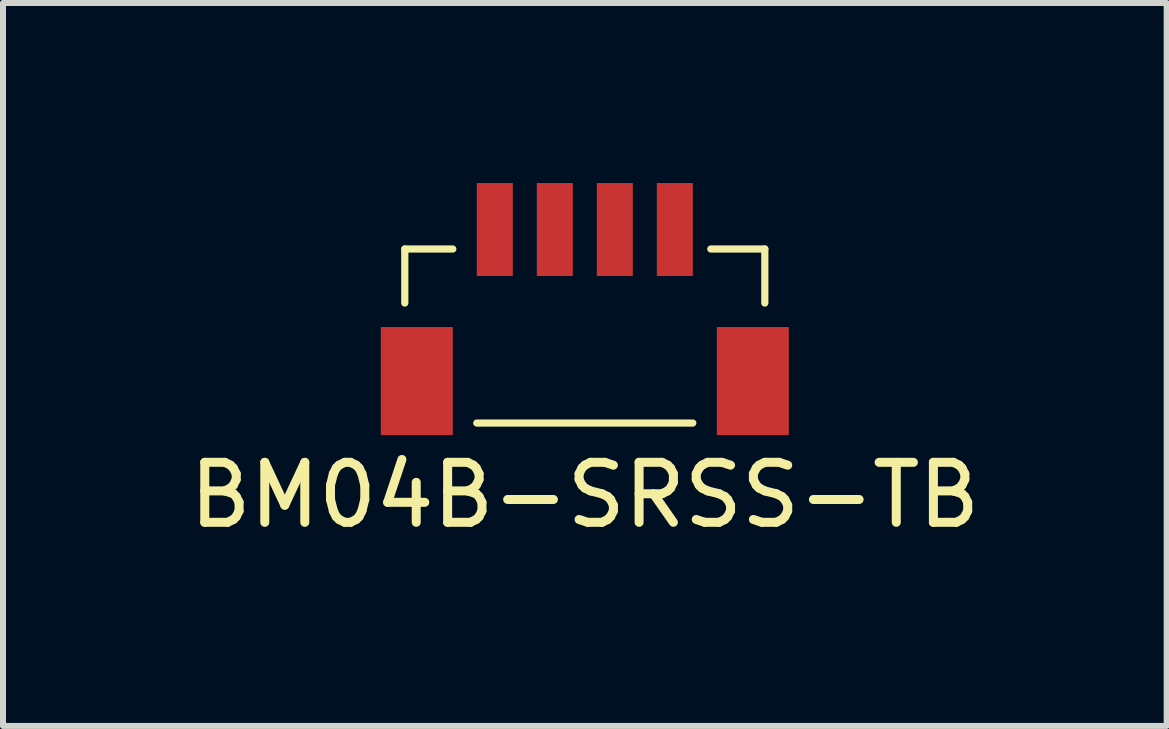
<source format=kicad_pcb>
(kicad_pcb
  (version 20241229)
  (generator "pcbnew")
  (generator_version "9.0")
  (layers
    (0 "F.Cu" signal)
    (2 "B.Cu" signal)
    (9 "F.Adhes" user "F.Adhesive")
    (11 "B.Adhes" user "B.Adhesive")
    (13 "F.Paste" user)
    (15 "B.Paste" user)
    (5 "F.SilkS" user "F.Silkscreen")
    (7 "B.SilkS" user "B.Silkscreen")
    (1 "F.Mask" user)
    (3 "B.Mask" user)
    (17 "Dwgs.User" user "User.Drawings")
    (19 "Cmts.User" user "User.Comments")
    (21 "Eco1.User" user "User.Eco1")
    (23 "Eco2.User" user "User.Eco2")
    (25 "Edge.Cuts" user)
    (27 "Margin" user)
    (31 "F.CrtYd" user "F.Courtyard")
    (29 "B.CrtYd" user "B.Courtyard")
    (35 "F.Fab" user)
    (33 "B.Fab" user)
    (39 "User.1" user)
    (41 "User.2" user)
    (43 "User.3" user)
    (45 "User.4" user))
  (footprint "BM04B-SRSS-TB"
    (layer "F.Cu")
    (at 6.696 2)
    (property "Reference" "BM04B-SRSS-TB" (at 0 3.2 0) (layer "F.SilkS") (effects (font (size 1 1) (thickness 0.15))))
    (attr smd)
    (fp_line (start -3 -0.9) (end -2.2 -0.9) (stroke (width 0.12) (type solid)) (layer "F.SilkS"))
    (fp_line (start -3 0) (end -3 -0.9) (stroke (width 0.12) (type solid)) (layer "F.SilkS"))
    (fp_line (start 1.8 2) (end -1.8 2) (stroke (width 0.12) (type solid)) (layer "F.SilkS"))
    (fp_line (start 2.1 -0.9) (end 3 -0.9) (stroke (width 0.12) (type solid)) (layer "F.SilkS"))
    (fp_line (start 3 -0.9) (end 3 0) (stroke (width 0.12) (type solid)) (layer "F.SilkS"))
    (pad "" smd rect (at -2.8 1.3) (size 1.2 1.8) (layers "F.Cu" "F.Mask" "F.Paste"))
    (pad "" smd rect (at 2.8 1.3) (size 1.2 1.8) (layers "F.Cu" "F.Mask" "F.Paste"))
    (pad "1" smd rect (at -1.5 -1.225) (size 0.6 1.55) (layers "F.Cu" "F.Mask" "F.Paste"))
    (pad "2" smd rect (at -0.5 -1.225) (size 0.6 1.55) (layers "F.Cu" "F.Mask" "F.Paste"))
    (pad "3" smd rect (at 0.5 -1.225) (size 0.6 1.55) (layers "F.Cu" "F.Mask" "F.Paste"))
    (pad "4" smd rect (at 1.5 -1.225) (size 0.6 1.55) (layers "F.Cu" "F.Mask" "F.Paste")))
  (gr_rect
    (start -3 -3)
    (end 16.393 9.048)
    (stroke (width 0.1) (type default))
    (fill no)
    (layer "Edge.Cuts")))
</source>
